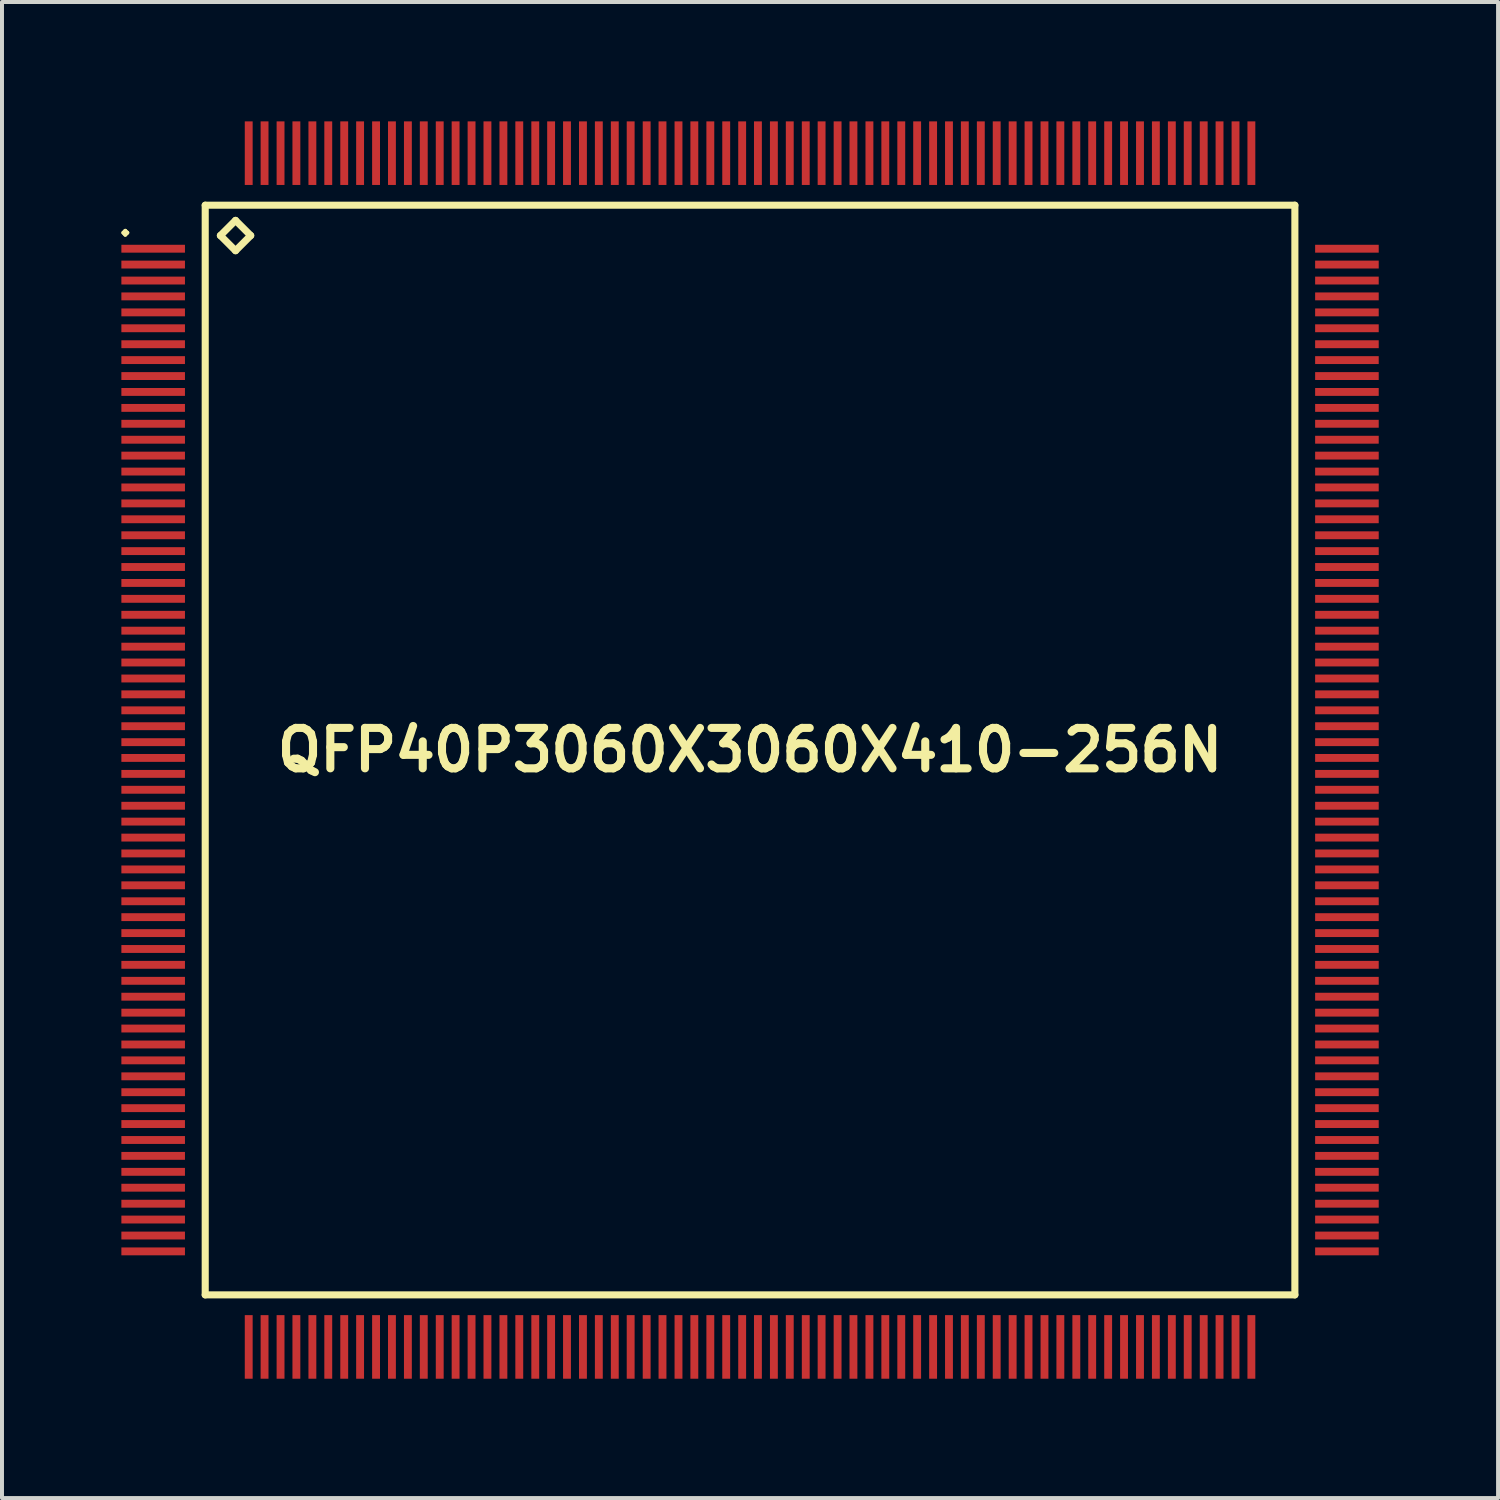
<source format=kicad_pcb>
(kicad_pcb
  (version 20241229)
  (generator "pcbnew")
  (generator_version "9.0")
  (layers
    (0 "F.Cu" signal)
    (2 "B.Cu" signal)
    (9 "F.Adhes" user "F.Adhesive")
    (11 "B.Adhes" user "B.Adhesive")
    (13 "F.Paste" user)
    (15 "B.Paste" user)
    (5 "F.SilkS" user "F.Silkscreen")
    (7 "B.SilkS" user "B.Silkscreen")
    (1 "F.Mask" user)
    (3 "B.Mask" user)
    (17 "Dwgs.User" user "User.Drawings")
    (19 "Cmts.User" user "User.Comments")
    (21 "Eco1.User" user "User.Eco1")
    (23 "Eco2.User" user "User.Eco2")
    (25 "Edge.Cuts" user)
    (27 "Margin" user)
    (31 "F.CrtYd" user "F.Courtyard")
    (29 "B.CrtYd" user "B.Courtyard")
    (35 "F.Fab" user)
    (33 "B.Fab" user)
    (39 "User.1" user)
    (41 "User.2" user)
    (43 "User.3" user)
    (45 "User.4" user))
  (footprint "QFP40P3060X3060X410-256N"
    (layer "F.Cu")
    (at 15.798 15.798)
    (property "Reference" "QFP40P3060X3060X410-256N" (at 0 0 0) (layer "F.SilkS") (effects (font (size 1.016 1.016) (thickness 0.203))))
    (attr smd)
    (fp_line (start -15.748 -13) (end -15.7 -13.048) (stroke (width 0.099) (type solid)) (layer "F.SilkS"))
    (fp_line (start -15.7 -13.048) (end -15.649 -13) (stroke (width 0.099) (type solid)) (layer "F.SilkS"))
    (fp_line (start -15.7 -12.949) (end -15.748 -13) (stroke (width 0.099) (type solid)) (layer "F.SilkS"))
    (fp_line (start -15.649 -13) (end -15.7 -12.949) (stroke (width 0.099) (type solid)) (layer "F.SilkS"))
    (fp_line (start -13.691 -13.691) (end -13.691 13.691) (stroke (width 0.178) (type solid)) (layer "F.SilkS"))
    (fp_line (start -13.691 13.691) (end 13.691 13.691) (stroke (width 0.178) (type solid)) (layer "F.SilkS"))
    (fp_line (start -13.31 -12.929) (end -12.929 -13.31) (stroke (width 0.178) (type solid)) (layer "F.SilkS"))
    (fp_line (start -12.929 -13.31) (end -12.548 -12.929) (stroke (width 0.178) (type solid)) (layer "F.SilkS"))
    (fp_line (start -12.929 -12.548) (end -13.31 -12.929) (stroke (width 0.178) (type solid)) (layer "F.SilkS"))
    (fp_line (start -12.548 -12.929) (end -12.929 -12.548) (stroke (width 0.178) (type solid)) (layer "F.SilkS"))
    (fp_line (start 13.691 -13.691) (end -13.691 -13.691) (stroke (width 0.178) (type solid)) (layer "F.SilkS"))
    (fp_line (start 13.691 13.691) (end 13.691 -13.691) (stroke (width 0.178) (type solid)) (layer "F.SilkS"))
    (pad "1" smd rect (at -14.999 -12.598) (size 1.598 0.198) (layers "F.Cu" "F.Mask" "F.Paste"))
    (pad "2" smd rect (at -14.999 -12.2) (size 1.598 0.198) (layers "F.Cu" "F.Mask" "F.Paste"))
    (pad "3" smd rect (at -14.999 -11.798) (size 1.598 0.198) (layers "F.Cu" "F.Mask" "F.Paste"))
    (pad "4" smd rect (at -14.999 -11.4) (size 1.598 0.198) (layers "F.Cu" "F.Mask" "F.Paste"))
    (pad "5" smd rect (at -14.999 -10.998) (size 1.598 0.198) (layers "F.Cu" "F.Mask" "F.Paste"))
    (pad "6" smd rect (at -14.999 -10.599) (size 1.598 0.198) (layers "F.Cu" "F.Mask" "F.Paste"))
    (pad "7" smd rect (at -14.999 -10.198) (size 1.598 0.198) (layers "F.Cu" "F.Mask" "F.Paste"))
    (pad "8" smd rect (at -14.999 -9.799) (size 1.598 0.198) (layers "F.Cu" "F.Mask" "F.Paste"))
    (pad "9" smd rect (at -14.999 -9.398) (size 1.598 0.198) (layers "F.Cu" "F.Mask" "F.Paste"))
    (pad "10" smd rect (at -14.999 -8.999) (size 1.598 0.198) (layers "F.Cu" "F.Mask" "F.Paste"))
    (pad "11" smd rect (at -14.999 -8.598) (size 1.598 0.198) (layers "F.Cu" "F.Mask" "F.Paste"))
    (pad "12" smd rect (at -14.999 -8.199) (size 1.598 0.198) (layers "F.Cu" "F.Mask" "F.Paste"))
    (pad "13" smd rect (at -14.999 -7.798) (size 1.598 0.198) (layers "F.Cu" "F.Mask" "F.Paste"))
    (pad "14" smd rect (at -14.999 -7.399) (size 1.598 0.198) (layers "F.Cu" "F.Mask" "F.Paste"))
    (pad "15" smd rect (at -14.999 -6.998) (size 1.598 0.198) (layers "F.Cu" "F.Mask" "F.Paste"))
    (pad "16" smd rect (at -14.999 -6.599) (size 1.598 0.198) (layers "F.Cu" "F.Mask" "F.Paste"))
    (pad "17" smd rect (at -14.999 -6.198) (size 1.598 0.198) (layers "F.Cu" "F.Mask" "F.Paste"))
    (pad "18" smd rect (at -14.999 -5.799) (size 1.598 0.198) (layers "F.Cu" "F.Mask" "F.Paste"))
    (pad "19" smd rect (at -14.999 -5.397) (size 1.598 0.198) (layers "F.Cu" "F.Mask" "F.Paste"))
    (pad "20" smd rect (at -14.999 -4.999) (size 1.598 0.198) (layers "F.Cu" "F.Mask" "F.Paste"))
    (pad "21" smd rect (at -14.999 -4.6) (size 1.598 0.198) (layers "F.Cu" "F.Mask" "F.Paste"))
    (pad "22" smd rect (at -14.999 -4.199) (size 1.598 0.198) (layers "F.Cu" "F.Mask" "F.Paste"))
    (pad "23" smd rect (at -14.999 -3.8) (size 1.598 0.198) (layers "F.Cu" "F.Mask" "F.Paste"))
    (pad "24" smd rect (at -14.999 -3.399) (size 1.598 0.198) (layers "F.Cu" "F.Mask" "F.Paste"))
    (pad "25" smd rect (at -14.999 -3) (size 1.598 0.198) (layers "F.Cu" "F.Mask" "F.Paste"))
    (pad "26" smd rect (at -14.999 -2.598) (size 1.598 0.198) (layers "F.Cu" "F.Mask" "F.Paste"))
    (pad "27" smd rect (at -14.999 -2.2) (size 1.598 0.198) (layers "F.Cu" "F.Mask" "F.Paste"))
    (pad "28" smd rect (at -14.999 -1.798) (size 1.598 0.198) (layers "F.Cu" "F.Mask" "F.Paste"))
    (pad "29" smd rect (at -14.999 -1.4) (size 1.598 0.198) (layers "F.Cu" "F.Mask" "F.Paste"))
    (pad "30" smd rect (at -14.999 -0.998) (size 1.598 0.198) (layers "F.Cu" "F.Mask" "F.Paste"))
    (pad "31" smd rect (at -14.999 -0.599) (size 1.598 0.198) (layers "F.Cu" "F.Mask" "F.Paste"))
    (pad "32" smd rect (at -14.999 -0.198) (size 1.598 0.198) (layers "F.Cu" "F.Mask" "F.Paste"))
    (pad "33" smd rect (at -14.999 0.198) (size 1.598 0.198) (layers "F.Cu" "F.Mask" "F.Paste"))
    (pad "34" smd rect (at -14.999 0.599) (size 1.598 0.198) (layers "F.Cu" "F.Mask" "F.Paste"))
    (pad "35" smd rect (at -14.999 0.998) (size 1.598 0.198) (layers "F.Cu" "F.Mask" "F.Paste"))
    (pad "36" smd rect (at -14.999 1.4) (size 1.598 0.198) (layers "F.Cu" "F.Mask" "F.Paste"))
    (pad "37" smd rect (at -14.999 1.798) (size 1.598 0.198) (layers "F.Cu" "F.Mask" "F.Paste"))
    (pad "38" smd rect (at -14.999 2.2) (size 1.598 0.198) (layers "F.Cu" "F.Mask" "F.Paste"))
    (pad "39" smd rect (at -14.999 2.598) (size 1.598 0.198) (layers "F.Cu" "F.Mask" "F.Paste"))
    (pad "40" smd rect (at -14.999 3) (size 1.598 0.198) (layers "F.Cu" "F.Mask" "F.Paste"))
    (pad "41" smd rect (at -14.999 3.399) (size 1.598 0.198) (layers "F.Cu" "F.Mask" "F.Paste"))
    (pad "42" smd rect (at -14.999 3.8) (size 1.598 0.198) (layers "F.Cu" "F.Mask" "F.Paste"))
    (pad "43" smd rect (at -14.999 4.199) (size 1.598 0.198) (layers "F.Cu" "F.Mask" "F.Paste"))
    (pad "44" smd rect (at -14.999 4.6) (size 1.598 0.198) (layers "F.Cu" "F.Mask" "F.Paste"))
    (pad "45" smd rect (at -14.999 4.999) (size 1.598 0.198) (layers "F.Cu" "F.Mask" "F.Paste"))
    (pad "46" smd rect (at -14.999 5.397) (size 1.598 0.198) (layers "F.Cu" "F.Mask" "F.Paste"))
    (pad "47" smd rect (at -14.999 5.799) (size 1.598 0.198) (layers "F.Cu" "F.Mask" "F.Paste"))
    (pad "48" smd rect (at -14.999 6.198) (size 1.598 0.198) (layers "F.Cu" "F.Mask" "F.Paste"))
    (pad "49" smd rect (at -14.999 6.599) (size 1.598 0.198) (layers "F.Cu" "F.Mask" "F.Paste"))
    (pad "50" smd rect (at -14.999 6.998) (size 1.598 0.198) (layers "F.Cu" "F.Mask" "F.Paste"))
    (pad "51" smd rect (at -14.999 7.399) (size 1.598 0.198) (layers "F.Cu" "F.Mask" "F.Paste"))
    (pad "52" smd rect (at -14.999 7.798) (size 1.598 0.198) (layers "F.Cu" "F.Mask" "F.Paste"))
    (pad "53" smd rect (at -14.999 8.199) (size 1.598 0.198) (layers "F.Cu" "F.Mask" "F.Paste"))
    (pad "54" smd rect (at -14.999 8.598) (size 1.598 0.198) (layers "F.Cu" "F.Mask" "F.Paste"))
    (pad "55" smd rect (at -14.999 8.999) (size 1.598 0.198) (layers "F.Cu" "F.Mask" "F.Paste"))
    (pad "56" smd rect (at -14.999 9.398) (size 1.598 0.198) (layers "F.Cu" "F.Mask" "F.Paste"))
    (pad "57" smd rect (at -14.999 9.799) (size 1.598 0.198) (layers "F.Cu" "F.Mask" "F.Paste"))
    (pad "58" smd rect (at -14.999 10.198) (size 1.598 0.198) (layers "F.Cu" "F.Mask" "F.Paste"))
    (pad "59" smd rect (at -14.999 10.599) (size 1.598 0.198) (layers "F.Cu" "F.Mask" "F.Paste"))
    (pad "60" smd rect (at -14.999 10.998) (size 1.598 0.198) (layers "F.Cu" "F.Mask" "F.Paste"))
    (pad "61" smd rect (at -14.999 11.4) (size 1.598 0.198) (layers "F.Cu" "F.Mask" "F.Paste"))
    (pad "62" smd rect (at -14.999 11.798) (size 1.598 0.198) (layers "F.Cu" "F.Mask" "F.Paste"))
    (pad "63" smd rect (at -14.999 12.2) (size 1.598 0.198) (layers "F.Cu" "F.Mask" "F.Paste"))
    (pad "64" smd rect (at -14.999 12.598) (size 1.598 0.198) (layers "F.Cu" "F.Mask" "F.Paste"))
    (pad "65" smd rect (at -12.598 14.999) (size 0.198 1.598) (layers "F.Cu" "F.Mask" "F.Paste"))
    (pad "66" smd rect (at -12.2 14.999) (size 0.198 1.598) (layers "F.Cu" "F.Mask" "F.Paste"))
    (pad "67" smd rect (at -11.798 14.999) (size 0.198 1.598) (layers "F.Cu" "F.Mask" "F.Paste"))
    (pad "68" smd rect (at -11.4 14.999) (size 0.198 1.598) (layers "F.Cu" "F.Mask" "F.Paste"))
    (pad "69" smd rect (at -10.998 14.999) (size 0.198 1.598) (layers "F.Cu" "F.Mask" "F.Paste"))
    (pad "70" smd rect (at -10.599 14.999) (size 0.198 1.598) (layers "F.Cu" "F.Mask" "F.Paste"))
    (pad "71" smd rect (at -10.198 14.999) (size 0.198 1.598) (layers "F.Cu" "F.Mask" "F.Paste"))
    (pad "72" smd rect (at -9.799 14.999) (size 0.198 1.598) (layers "F.Cu" "F.Mask" "F.Paste"))
    (pad "73" smd rect (at -9.398 14.999) (size 0.198 1.598) (layers "F.Cu" "F.Mask" "F.Paste"))
    (pad "74" smd rect (at -8.999 14.999) (size 0.198 1.598) (layers "F.Cu" "F.Mask" "F.Paste"))
    (pad "75" smd rect (at -8.598 14.999) (size 0.198 1.598) (layers "F.Cu" "F.Mask" "F.Paste"))
    (pad "76" smd rect (at -8.199 14.999) (size 0.198 1.598) (layers "F.Cu" "F.Mask" "F.Paste"))
    (pad "77" smd rect (at -7.798 14.999) (size 0.198 1.598) (layers "F.Cu" "F.Mask" "F.Paste"))
    (pad "78" smd rect (at -7.399 14.999) (size 0.198 1.598) (layers "F.Cu" "F.Mask" "F.Paste"))
    (pad "79" smd rect (at -6.998 14.999) (size 0.198 1.598) (layers "F.Cu" "F.Mask" "F.Paste"))
    (pad "80" smd rect (at -6.599 14.999) (size 0.198 1.598) (layers "F.Cu" "F.Mask" "F.Paste"))
    (pad "81" smd rect (at -6.198 14.999) (size 0.198 1.598) (layers "F.Cu" "F.Mask" "F.Paste"))
    (pad "82" smd rect (at -5.799 14.999) (size 0.198 1.598) (layers "F.Cu" "F.Mask" "F.Paste"))
    (pad "83" smd rect (at -5.397 14.999) (size 0.198 1.598) (layers "F.Cu" "F.Mask" "F.Paste"))
    (pad "84" smd rect (at -4.999 14.999) (size 0.198 1.598) (layers "F.Cu" "F.Mask" "F.Paste"))
    (pad "85" smd rect (at -4.6 14.999) (size 0.198 1.598) (layers "F.Cu" "F.Mask" "F.Paste"))
    (pad "86" smd rect (at -4.199 14.999) (size 0.198 1.598) (layers "F.Cu" "F.Mask" "F.Paste"))
    (pad "87" smd rect (at -3.8 14.999) (size 0.198 1.598) (layers "F.Cu" "F.Mask" "F.Paste"))
    (pad "88" smd rect (at -3.399 14.999) (size 0.198 1.598) (layers "F.Cu" "F.Mask" "F.Paste"))
    (pad "89" smd rect (at -3 14.999) (size 0.198 1.598) (layers "F.Cu" "F.Mask" "F.Paste"))
    (pad "90" smd rect (at -2.598 14.999) (size 0.198 1.598) (layers "F.Cu" "F.Mask" "F.Paste"))
    (pad "91" smd rect (at -2.2 14.999) (size 0.198 1.598) (layers "F.Cu" "F.Mask" "F.Paste"))
    (pad "92" smd rect (at -1.798 14.999) (size 0.198 1.598) (layers "F.Cu" "F.Mask" "F.Paste"))
    (pad "93" smd rect (at -1.4 14.999) (size 0.198 1.598) (layers "F.Cu" "F.Mask" "F.Paste"))
    (pad "94" smd rect (at -0.998 14.999) (size 0.198 1.598) (layers "F.Cu" "F.Mask" "F.Paste"))
    (pad "95" smd rect (at -0.599 14.999) (size 0.198 1.598) (layers "F.Cu" "F.Mask" "F.Paste"))
    (pad "96" smd rect (at -0.198 14.999) (size 0.198 1.598) (layers "F.Cu" "F.Mask" "F.Paste"))
    (pad "97" smd rect (at 0.198 14.999) (size 0.198 1.598) (layers "F.Cu" "F.Mask" "F.Paste"))
    (pad "98" smd rect (at 0.599 14.999) (size 0.198 1.598) (layers "F.Cu" "F.Mask" "F.Paste"))
    (pad "99" smd rect (at 0.998 14.999) (size 0.198 1.598) (layers "F.Cu" "F.Mask" "F.Paste"))
    (pad "100" smd rect (at 1.4 14.999) (size 0.198 1.598) (layers "F.Cu" "F.Mask" "F.Paste"))
    (pad "101" smd rect (at 1.798 14.999) (size 0.198 1.598) (layers "F.Cu" "F.Mask" "F.Paste"))
    (pad "102" smd rect (at 2.2 14.999) (size 0.198 1.598) (layers "F.Cu" "F.Mask" "F.Paste"))
    (pad "103" smd rect (at 2.598 14.999) (size 0.198 1.598) (layers "F.Cu" "F.Mask" "F.Paste"))
    (pad "104" smd rect (at 3 14.999) (size 0.198 1.598) (layers "F.Cu" "F.Mask" "F.Paste"))
    (pad "105" smd rect (at 3.399 14.999) (size 0.198 1.598) (layers "F.Cu" "F.Mask" "F.Paste"))
    (pad "106" smd rect (at 3.8 14.999) (size 0.198 1.598) (layers "F.Cu" "F.Mask" "F.Paste"))
    (pad "107" smd rect (at 4.199 14.999) (size 0.198 1.598) (layers "F.Cu" "F.Mask" "F.Paste"))
    (pad "108" smd rect (at 4.6 14.999) (size 0.198 1.598) (layers "F.Cu" "F.Mask" "F.Paste"))
    (pad "109" smd rect (at 4.999 14.999) (size 0.198 1.598) (layers "F.Cu" "F.Mask" "F.Paste"))
    (pad "110" smd rect (at 5.397 14.999) (size 0.198 1.598) (layers "F.Cu" "F.Mask" "F.Paste"))
    (pad "111" smd rect (at 5.799 14.999) (size 0.198 1.598) (layers "F.Cu" "F.Mask" "F.Paste"))
    (pad "112" smd rect (at 6.198 14.999) (size 0.198 1.598) (layers "F.Cu" "F.Mask" "F.Paste"))
    (pad "113" smd rect (at 6.599 14.999) (size 0.198 1.598) (layers "F.Cu" "F.Mask" "F.Paste"))
    (pad "114" smd rect (at 6.998 14.999) (size 0.198 1.598) (layers "F.Cu" "F.Mask" "F.Paste"))
    (pad "115" smd rect (at 7.399 14.999) (size 0.198 1.598) (layers "F.Cu" "F.Mask" "F.Paste"))
    (pad "116" smd rect (at 7.798 14.999) (size 0.198 1.598) (layers "F.Cu" "F.Mask" "F.Paste"))
    (pad "117" smd rect (at 8.199 14.999) (size 0.198 1.598) (layers "F.Cu" "F.Mask" "F.Paste"))
    (pad "118" smd rect (at 8.598 14.999) (size 0.198 1.598) (layers "F.Cu" "F.Mask" "F.Paste"))
    (pad "119" smd rect (at 8.999 14.999) (size 0.198 1.598) (layers "F.Cu" "F.Mask" "F.Paste"))
    (pad "120" smd rect (at 9.398 14.999) (size 0.198 1.598) (layers "F.Cu" "F.Mask" "F.Paste"))
    (pad "121" smd rect (at 9.799 14.999) (size 0.198 1.598) (layers "F.Cu" "F.Mask" "F.Paste"))
    (pad "122" smd rect (at 10.198 14.999) (size 0.198 1.598) (layers "F.Cu" "F.Mask" "F.Paste"))
    (pad "123" smd rect (at 10.599 14.999) (size 0.198 1.598) (layers "F.Cu" "F.Mask" "F.Paste"))
    (pad "124" smd rect (at 10.998 14.999) (size 0.198 1.598) (layers "F.Cu" "F.Mask" "F.Paste"))
    (pad "125" smd rect (at 11.4 14.999) (size 0.198 1.598) (layers "F.Cu" "F.Mask" "F.Paste"))
    (pad "126" smd rect (at 11.798 14.999) (size 0.198 1.598) (layers "F.Cu" "F.Mask" "F.Paste"))
    (pad "127" smd rect (at 12.2 14.999) (size 0.198 1.598) (layers "F.Cu" "F.Mask" "F.Paste"))
    (pad "128" smd rect (at 12.598 14.999) (size 0.198 1.598) (layers "F.Cu" "F.Mask" "F.Paste"))
    (pad "129" smd rect (at 14.999 12.598) (size 1.598 0.198) (layers "F.Cu" "F.Mask" "F.Paste"))
    (pad "130" smd rect (at 14.999 12.2) (size 1.598 0.198) (layers "F.Cu" "F.Mask" "F.Paste"))
    (pad "131" smd rect (at 14.999 11.798) (size 1.598 0.198) (layers "F.Cu" "F.Mask" "F.Paste"))
    (pad "132" smd rect (at 14.999 11.4) (size 1.598 0.198) (layers "F.Cu" "F.Mask" "F.Paste"))
    (pad "133" smd rect (at 14.999 10.998) (size 1.598 0.198) (layers "F.Cu" "F.Mask" "F.Paste"))
    (pad "134" smd rect (at 14.999 10.599) (size 1.598 0.198) (layers "F.Cu" "F.Mask" "F.Paste"))
    (pad "135" smd rect (at 14.999 10.198) (size 1.598 0.198) (layers "F.Cu" "F.Mask" "F.Paste"))
    (pad "136" smd rect (at 14.999 9.799) (size 1.598 0.198) (layers "F.Cu" "F.Mask" "F.Paste"))
    (pad "137" smd rect (at 14.999 9.398) (size 1.598 0.198) (layers "F.Cu" "F.Mask" "F.Paste"))
    (pad "138" smd rect (at 14.999 8.999) (size 1.598 0.198) (layers "F.Cu" "F.Mask" "F.Paste"))
    (pad "139" smd rect (at 14.999 8.598) (size 1.598 0.198) (layers "F.Cu" "F.Mask" "F.Paste"))
    (pad "140" smd rect (at 14.999 8.199) (size 1.598 0.198) (layers "F.Cu" "F.Mask" "F.Paste"))
    (pad "141" smd rect (at 14.999 7.798) (size 1.598 0.198) (layers "F.Cu" "F.Mask" "F.Paste"))
    (pad "142" smd rect (at 14.999 7.399) (size 1.598 0.198) (layers "F.Cu" "F.Mask" "F.Paste"))
    (pad "143" smd rect (at 14.999 6.998) (size 1.598 0.198) (layers "F.Cu" "F.Mask" "F.Paste"))
    (pad "144" smd rect (at 14.999 6.599) (size 1.598 0.198) (layers "F.Cu" "F.Mask" "F.Paste"))
    (pad "145" smd rect (at 14.999 6.198) (size 1.598 0.198) (layers "F.Cu" "F.Mask" "F.Paste"))
    (pad "146" smd rect (at 14.999 5.799) (size 1.598 0.198) (layers "F.Cu" "F.Mask" "F.Paste"))
    (pad "147" smd rect (at 14.999 5.397) (size 1.598 0.198) (layers "F.Cu" "F.Mask" "F.Paste"))
    (pad "148" smd rect (at 14.999 4.999) (size 1.598 0.198) (layers "F.Cu" "F.Mask" "F.Paste"))
    (pad "149" smd rect (at 14.999 4.6) (size 1.598 0.198) (layers "F.Cu" "F.Mask" "F.Paste"))
    (pad "150" smd rect (at 14.999 4.199) (size 1.598 0.198) (layers "F.Cu" "F.Mask" "F.Paste"))
    (pad "151" smd rect (at 14.999 3.8) (size 1.598 0.198) (layers "F.Cu" "F.Mask" "F.Paste"))
    (pad "152" smd rect (at 14.999 3.399) (size 1.598 0.198) (layers "F.Cu" "F.Mask" "F.Paste"))
    (pad "153" smd rect (at 14.999 3) (size 1.598 0.198) (layers "F.Cu" "F.Mask" "F.Paste"))
    (pad "154" smd rect (at 14.999 2.598) (size 1.598 0.198) (layers "F.Cu" "F.Mask" "F.Paste"))
    (pad "155" smd rect (at 14.999 2.2) (size 1.598 0.198) (layers "F.Cu" "F.Mask" "F.Paste"))
    (pad "156" smd rect (at 14.999 1.798) (size 1.598 0.198) (layers "F.Cu" "F.Mask" "F.Paste"))
    (pad "157" smd rect (at 14.999 1.4) (size 1.598 0.198) (layers "F.Cu" "F.Mask" "F.Paste"))
    (pad "158" smd rect (at 14.999 0.998) (size 1.598 0.198) (layers "F.Cu" "F.Mask" "F.Paste"))
    (pad "159" smd rect (at 14.999 0.599) (size 1.598 0.198) (layers "F.Cu" "F.Mask" "F.Paste"))
    (pad "160" smd rect (at 14.999 0.198) (size 1.598 0.198) (layers "F.Cu" "F.Mask" "F.Paste"))
    (pad "161" smd rect (at 14.999 -0.198) (size 1.598 0.198) (layers "F.Cu" "F.Mask" "F.Paste"))
    (pad "162" smd rect (at 14.999 -0.599) (size 1.598 0.198) (layers "F.Cu" "F.Mask" "F.Paste"))
    (pad "163" smd rect (at 14.999 -0.998) (size 1.598 0.198) (layers "F.Cu" "F.Mask" "F.Paste"))
    (pad "164" smd rect (at 14.999 -1.4) (size 1.598 0.198) (layers "F.Cu" "F.Mask" "F.Paste"))
    (pad "165" smd rect (at 14.999 -1.798) (size 1.598 0.198) (layers "F.Cu" "F.Mask" "F.Paste"))
    (pad "166" smd rect (at 14.999 -2.2) (size 1.598 0.198) (layers "F.Cu" "F.Mask" "F.Paste"))
    (pad "167" smd rect (at 14.999 -2.598) (size 1.598 0.198) (layers "F.Cu" "F.Mask" "F.Paste"))
    (pad "168" smd rect (at 14.999 -3) (size 1.598 0.198) (layers "F.Cu" "F.Mask" "F.Paste"))
    (pad "169" smd rect (at 14.999 -3.399) (size 1.598 0.198) (layers "F.Cu" "F.Mask" "F.Paste"))
    (pad "170" smd rect (at 14.999 -3.8) (size 1.598 0.198) (layers "F.Cu" "F.Mask" "F.Paste"))
    (pad "171" smd rect (at 14.999 -4.199) (size 1.598 0.198) (layers "F.Cu" "F.Mask" "F.Paste"))
    (pad "172" smd rect (at 14.999 -4.6) (size 1.598 0.198) (layers "F.Cu" "F.Mask" "F.Paste"))
    (pad "173" smd rect (at 14.999 -4.999) (size 1.598 0.198) (layers "F.Cu" "F.Mask" "F.Paste"))
    (pad "174" smd rect (at 14.999 -5.397) (size 1.598 0.198) (layers "F.Cu" "F.Mask" "F.Paste"))
    (pad "175" smd rect (at 14.999 -5.799) (size 1.598 0.198) (layers "F.Cu" "F.Mask" "F.Paste"))
    (pad "176" smd rect (at 14.999 -6.198) (size 1.598 0.198) (layers "F.Cu" "F.Mask" "F.Paste"))
    (pad "177" smd rect (at 14.999 -6.599) (size 1.598 0.198) (layers "F.Cu" "F.Mask" "F.Paste"))
    (pad "178" smd rect (at 14.999 -6.998) (size 1.598 0.198) (layers "F.Cu" "F.Mask" "F.Paste"))
    (pad "179" smd rect (at 14.999 -7.399) (size 1.598 0.198) (layers "F.Cu" "F.Mask" "F.Paste"))
    (pad "180" smd rect (at 14.999 -7.798) (size 1.598 0.198) (layers "F.Cu" "F.Mask" "F.Paste"))
    (pad "181" smd rect (at 14.999 -8.199) (size 1.598 0.198) (layers "F.Cu" "F.Mask" "F.Paste"))
    (pad "182" smd rect (at 14.999 -8.598) (size 1.598 0.198) (layers "F.Cu" "F.Mask" "F.Paste"))
    (pad "183" smd rect (at 14.999 -8.999) (size 1.598 0.198) (layers "F.Cu" "F.Mask" "F.Paste"))
    (pad "184" smd rect (at 14.999 -9.398) (size 1.598 0.198) (layers "F.Cu" "F.Mask" "F.Paste"))
    (pad "185" smd rect (at 14.999 -9.799) (size 1.598 0.198) (layers "F.Cu" "F.Mask" "F.Paste"))
    (pad "186" smd rect (at 14.999 -10.198) (size 1.598 0.198) (layers "F.Cu" "F.Mask" "F.Paste"))
    (pad "187" smd rect (at 14.999 -10.599) (size 1.598 0.198) (layers "F.Cu" "F.Mask" "F.Paste"))
    (pad "188" smd rect (at 14.999 -10.998) (size 1.598 0.198) (layers "F.Cu" "F.Mask" "F.Paste"))
    (pad "189" smd rect (at 14.999 -11.4) (size 1.598 0.198) (layers "F.Cu" "F.Mask" "F.Paste"))
    (pad "190" smd rect (at 14.999 -11.798) (size 1.598 0.198) (layers "F.Cu" "F.Mask" "F.Paste"))
    (pad "191" smd rect (at 14.999 -12.2) (size 1.598 0.198) (layers "F.Cu" "F.Mask" "F.Paste"))
    (pad "192" smd rect (at 14.999 -12.598) (size 1.598 0.198) (layers "F.Cu" "F.Mask" "F.Paste"))
    (pad "193" smd rect (at 12.598 -14.999) (size 0.198 1.598) (layers "F.Cu" "F.Mask" "F.Paste"))
    (pad "194" smd rect (at 12.2 -14.999) (size 0.198 1.598) (layers "F.Cu" "F.Mask" "F.Paste"))
    (pad "195" smd rect (at 11.798 -14.999) (size 0.198 1.598) (layers "F.Cu" "F.Mask" "F.Paste"))
    (pad "196" smd rect (at 11.4 -14.999) (size 0.198 1.598) (layers "F.Cu" "F.Mask" "F.Paste"))
    (pad "197" smd rect (at 10.998 -14.999) (size 0.198 1.598) (layers "F.Cu" "F.Mask" "F.Paste"))
    (pad "198" smd rect (at 10.599 -14.999) (size 0.198 1.598) (layers "F.Cu" "F.Mask" "F.Paste"))
    (pad "199" smd rect (at 10.198 -14.999) (size 0.198 1.598) (layers "F.Cu" "F.Mask" "F.Paste"))
    (pad "200" smd rect (at 9.799 -14.999) (size 0.198 1.598) (layers "F.Cu" "F.Mask" "F.Paste"))
    (pad "201" smd rect (at 9.398 -14.999) (size 0.198 1.598) (layers "F.Cu" "F.Mask" "F.Paste"))
    (pad "202" smd rect (at 8.999 -14.999) (size 0.198 1.598) (layers "F.Cu" "F.Mask" "F.Paste"))
    (pad "203" smd rect (at 8.598 -14.999) (size 0.198 1.598) (layers "F.Cu" "F.Mask" "F.Paste"))
    (pad "204" smd rect (at 8.199 -14.999) (size 0.198 1.598) (layers "F.Cu" "F.Mask" "F.Paste"))
    (pad "205" smd rect (at 7.798 -14.999) (size 0.198 1.598) (layers "F.Cu" "F.Mask" "F.Paste"))
    (pad "206" smd rect (at 7.399 -14.999) (size 0.198 1.598) (layers "F.Cu" "F.Mask" "F.Paste"))
    (pad "207" smd rect (at 6.998 -14.999) (size 0.198 1.598) (layers "F.Cu" "F.Mask" "F.Paste"))
    (pad "208" smd rect (at 6.599 -14.999) (size 0.198 1.598) (layers "F.Cu" "F.Mask" "F.Paste"))
    (pad "209" smd rect (at 6.198 -14.999) (size 0.198 1.598) (layers "F.Cu" "F.Mask" "F.Paste"))
    (pad "210" smd rect (at 5.799 -14.999) (size 0.198 1.598) (layers "F.Cu" "F.Mask" "F.Paste"))
    (pad "211" smd rect (at 5.397 -14.999) (size 0.198 1.598) (layers "F.Cu" "F.Mask" "F.Paste"))
    (pad "212" smd rect (at 4.999 -14.999) (size 0.198 1.598) (layers "F.Cu" "F.Mask" "F.Paste"))
    (pad "213" smd rect (at 4.6 -14.999) (size 0.198 1.598) (layers "F.Cu" "F.Mask" "F.Paste"))
    (pad "214" smd rect (at 4.199 -14.999) (size 0.198 1.598) (layers "F.Cu" "F.Mask" "F.Paste"))
    (pad "215" smd rect (at 3.8 -14.999) (size 0.198 1.598) (layers "F.Cu" "F.Mask" "F.Paste"))
    (pad "216" smd rect (at 3.399 -14.999) (size 0.198 1.598) (layers "F.Cu" "F.Mask" "F.Paste"))
    (pad "217" smd rect (at 3 -14.999) (size 0.198 1.598) (layers "F.Cu" "F.Mask" "F.Paste"))
    (pad "218" smd rect (at 2.598 -14.999) (size 0.198 1.598) (layers "F.Cu" "F.Mask" "F.Paste"))
    (pad "219" smd rect (at 2.2 -14.999) (size 0.198 1.598) (layers "F.Cu" "F.Mask" "F.Paste"))
    (pad "220" smd rect (at 1.798 -14.999) (size 0.198 1.598) (layers "F.Cu" "F.Mask" "F.Paste"))
    (pad "221" smd rect (at 1.4 -14.999) (size 0.198 1.598) (layers "F.Cu" "F.Mask" "F.Paste"))
    (pad "222" smd rect (at 0.998 -14.999) (size 0.198 1.598) (layers "F.Cu" "F.Mask" "F.Paste"))
    (pad "223" smd rect (at 0.599 -14.999) (size 0.198 1.598) (layers "F.Cu" "F.Mask" "F.Paste"))
    (pad "224" smd rect (at 0.198 -14.999) (size 0.198 1.598) (layers "F.Cu" "F.Mask" "F.Paste"))
    (pad "225" smd rect (at -0.198 -14.999) (size 0.198 1.598) (layers "F.Cu" "F.Mask" "F.Paste"))
    (pad "226" smd rect (at -0.599 -14.999) (size 0.198 1.598) (layers "F.Cu" "F.Mask" "F.Paste"))
    (pad "227" smd rect (at -0.998 -14.999) (size 0.198 1.598) (layers "F.Cu" "F.Mask" "F.Paste"))
    (pad "228" smd rect (at -1.4 -14.999) (size 0.198 1.598) (layers "F.Cu" "F.Mask" "F.Paste"))
    (pad "229" smd rect (at -1.798 -14.999) (size 0.198 1.598) (layers "F.Cu" "F.Mask" "F.Paste"))
    (pad "230" smd rect (at -2.2 -14.999) (size 0.198 1.598) (layers "F.Cu" "F.Mask" "F.Paste"))
    (pad "231" smd rect (at -2.598 -14.999) (size 0.198 1.598) (layers "F.Cu" "F.Mask" "F.Paste"))
    (pad "232" smd rect (at -3 -14.999) (size 0.198 1.598) (layers "F.Cu" "F.Mask" "F.Paste"))
    (pad "233" smd rect (at -3.399 -14.999) (size 0.198 1.598) (layers "F.Cu" "F.Mask" "F.Paste"))
    (pad "234" smd rect (at -3.8 -14.999) (size 0.198 1.598) (layers "F.Cu" "F.Mask" "F.Paste"))
    (pad "235" smd rect (at -4.199 -14.999) (size 0.198 1.598) (layers "F.Cu" "F.Mask" "F.Paste"))
    (pad "236" smd rect (at -4.6 -14.999) (size 0.198 1.598) (layers "F.Cu" "F.Mask" "F.Paste"))
    (pad "237" smd rect (at -4.999 -14.999) (size 0.198 1.598) (layers "F.Cu" "F.Mask" "F.Paste"))
    (pad "238" smd rect (at -5.397 -14.999) (size 0.198 1.598) (layers "F.Cu" "F.Mask" "F.Paste"))
    (pad "239" smd rect (at -5.799 -14.999) (size 0.198 1.598) (layers "F.Cu" "F.Mask" "F.Paste"))
    (pad "240" smd rect (at -6.198 -14.999) (size 0.198 1.598) (layers "F.Cu" "F.Mask" "F.Paste"))
    (pad "241" smd rect (at -6.599 -14.999) (size 0.198 1.598) (layers "F.Cu" "F.Mask" "F.Paste"))
    (pad "242" smd rect (at -6.998 -14.999) (size 0.198 1.598) (layers "F.Cu" "F.Mask" "F.Paste"))
    (pad "243" smd rect (at -7.399 -14.999) (size 0.198 1.598) (layers "F.Cu" "F.Mask" "F.Paste"))
    (pad "244" smd rect (at -7.798 -14.999) (size 0.198 1.598) (layers "F.Cu" "F.Mask" "F.Paste"))
    (pad "245" smd rect (at -8.199 -14.999) (size 0.198 1.598) (layers "F.Cu" "F.Mask" "F.Paste"))
    (pad "246" smd rect (at -8.598 -14.999) (size 0.198 1.598) (layers "F.Cu" "F.Mask" "F.Paste"))
    (pad "247" smd rect (at -8.999 -14.999) (size 0.198 1.598) (layers "F.Cu" "F.Mask" "F.Paste"))
    (pad "248" smd rect (at -9.398 -14.999) (size 0.198 1.598) (layers "F.Cu" "F.Mask" "F.Paste"))
    (pad "249" smd rect (at -9.799 -14.999) (size 0.198 1.598) (layers "F.Cu" "F.Mask" "F.Paste"))
    (pad "250" smd rect (at -10.198 -14.999) (size 0.198 1.598) (layers "F.Cu" "F.Mask" "F.Paste"))
    (pad "251" smd rect (at -10.599 -14.999) (size 0.198 1.598) (layers "F.Cu" "F.Mask" "F.Paste"))
    (pad "252" smd rect (at -10.998 -14.999) (size 0.198 1.598) (layers "F.Cu" "F.Mask" "F.Paste"))
    (pad "253" smd rect (at -11.4 -14.999) (size 0.198 1.598) (layers "F.Cu" "F.Mask" "F.Paste"))
    (pad "254" smd rect (at -11.798 -14.999) (size 0.198 1.598) (layers "F.Cu" "F.Mask" "F.Paste"))
    (pad "255" smd rect (at -12.2 -14.999) (size 0.198 1.598) (layers "F.Cu" "F.Mask" "F.Paste"))
    (pad "256" smd rect (at -12.598 -14.999) (size 0.198 1.598) (layers "F.Cu" "F.Mask" "F.Paste")))
  (gr_rect
    (start -3 -3)
    (end 34.595 34.595)
    (stroke (width 0.1) (type default))
    (fill no)
    (layer "Edge.Cuts")))
</source>
